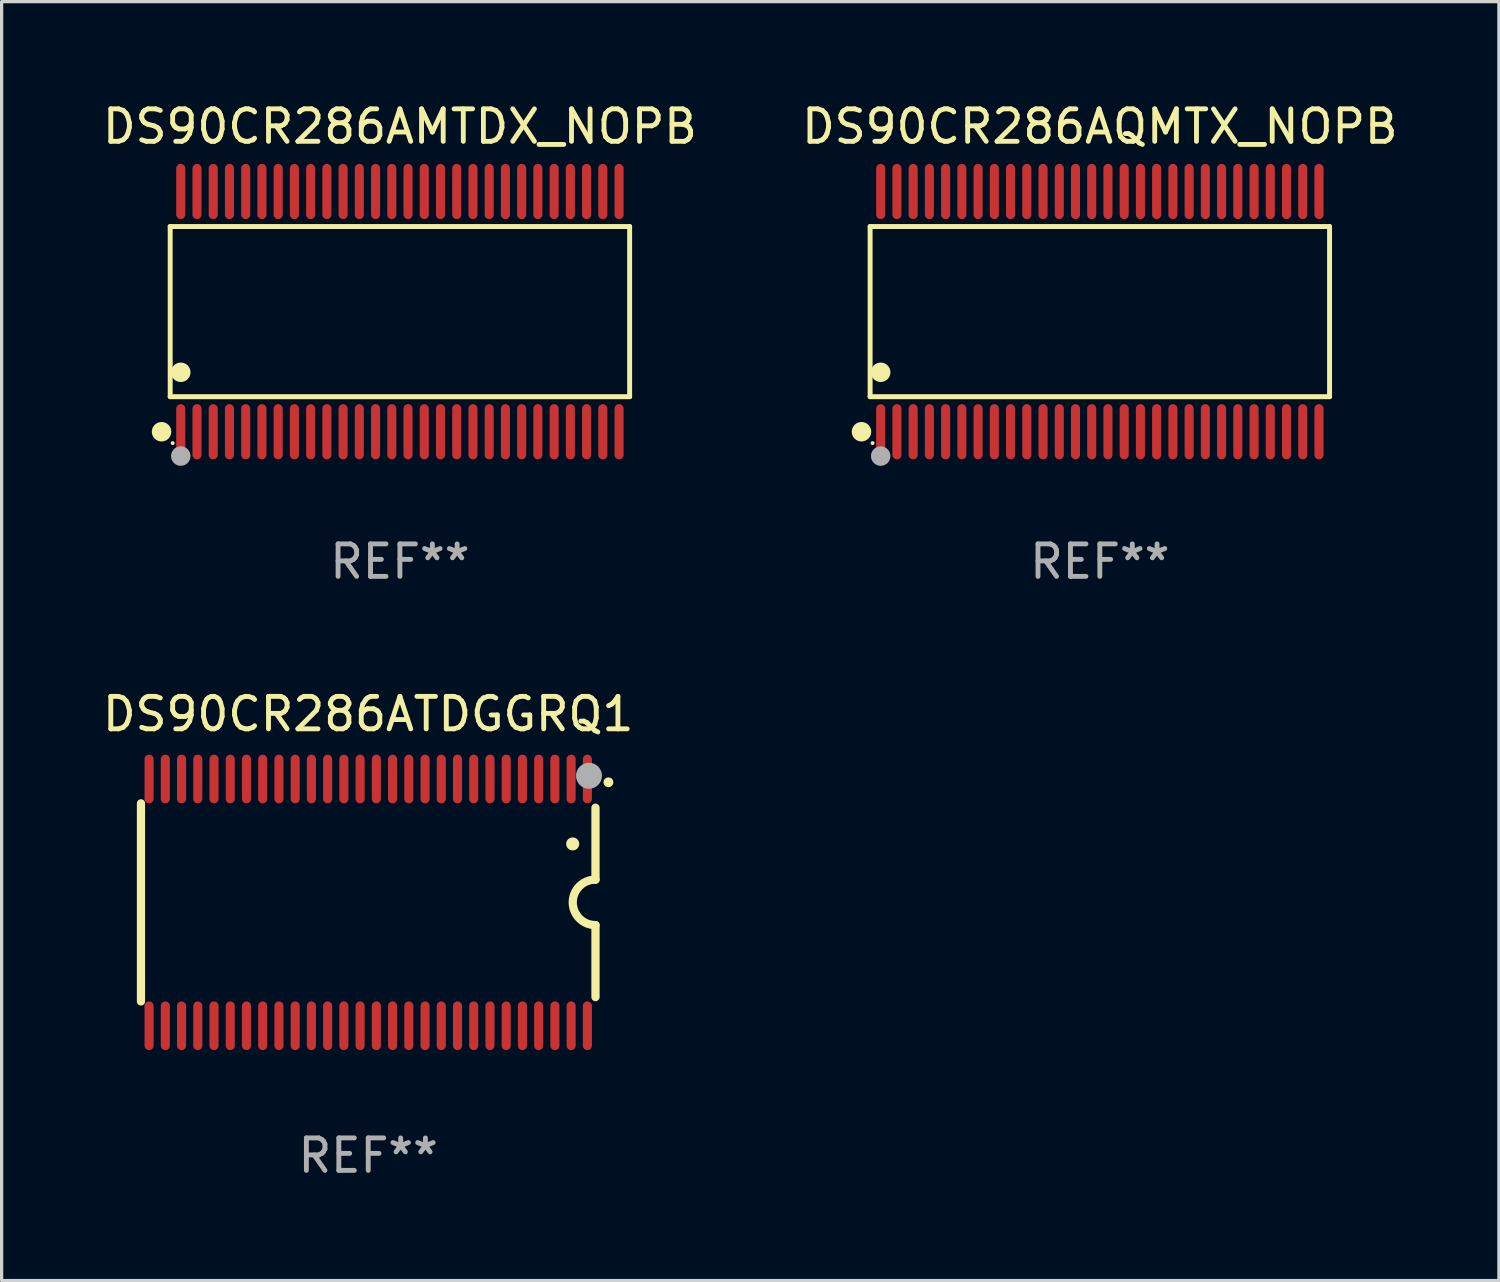
<source format=kicad_pcb>
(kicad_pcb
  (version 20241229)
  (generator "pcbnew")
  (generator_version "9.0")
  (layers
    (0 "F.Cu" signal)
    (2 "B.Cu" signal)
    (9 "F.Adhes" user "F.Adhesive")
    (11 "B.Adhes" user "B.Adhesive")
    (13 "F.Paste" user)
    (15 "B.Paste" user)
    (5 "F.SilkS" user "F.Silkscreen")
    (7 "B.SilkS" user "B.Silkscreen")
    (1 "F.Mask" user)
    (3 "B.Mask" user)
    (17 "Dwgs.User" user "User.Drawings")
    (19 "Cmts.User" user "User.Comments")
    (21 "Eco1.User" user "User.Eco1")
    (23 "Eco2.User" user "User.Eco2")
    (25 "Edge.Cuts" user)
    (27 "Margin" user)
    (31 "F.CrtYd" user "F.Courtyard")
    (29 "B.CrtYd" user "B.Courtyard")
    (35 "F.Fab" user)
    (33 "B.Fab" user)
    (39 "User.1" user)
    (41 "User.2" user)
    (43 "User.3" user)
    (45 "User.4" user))
  (footprint "DS90CR286ATDGGRQ1"
    (layer "F.Cu")
    (at 8.292 24.745)
    (property "Reference" "DS90CR286ATDGGRQ1" (at 0 -5.8 0) (layer "F.SilkS") (effects (font (size 1 1) (thickness 0.15))))
    (attr through_hole)
    (fp_line (start -7 3.05) (end -7 -3.05) (stroke (width 0.254) (type solid)) (layer "F.SilkS"))
    (fp_line (start 7 -2.917) (end 7 -0.7) (stroke (width 0.254) (type solid)) (layer "F.SilkS"))
    (fp_line (start 7 2.917) (end 7 0.7) (stroke (width 0.254) (type solid)) (layer "F.SilkS"))
    (fp_arc (start 6.296673 -1.800889) (mid 6.297943 -1.800893) (end 6.299213 -1.800889) (stroke (width 0.4) (type solid)) (layer "F.SilkS"))
    (fp_arc (start 7.000025 0.699975) (mid 6.299746 -0.000661) (end 7.000255 -0.701067) (stroke (width 0.254001) (type solid)) (layer "F.SilkS"))
    (fp_arc (start 7.397485 -3.700025) (mid 7.398755 -3.70003) (end 7.400025 -3.700025) (stroke (width 0.3) (type solid)) (layer "F.SilkS"))
    (fp_circle (center 7 -4.05) (end 7.03 -4.05) (stroke (width 0.06) (type solid)) (fill no) (layer "F.SilkS"))
    (fp_circle (center 6.8 -3.9) (end 7 -3.9) (stroke (width 0.4) (type solid)) (fill no) (layer "F.Fab"))
    (fp_text user "REF**" (at 0 7.8 0) (layer "F.Fab") (effects (font (size 1 1) (thickness 0.15))))
    (pad "1" smd oval (at 6.75 -3.8 180) (size 0.28 1.5) (layers "F.Cu" "F.Mask" "F.Paste"))
    (pad "2" smd oval (at 6.25 -3.8 180) (size 0.28 1.5) (layers "F.Cu" "F.Mask" "F.Paste"))
    (pad "3" smd oval (at 5.75 -3.8 180) (size 0.28 1.5) (layers "F.Cu" "F.Mask" "F.Paste"))
    (pad "4" smd oval (at 5.25 -3.8 180) (size 0.28 1.5) (layers "F.Cu" "F.Mask" "F.Paste"))
    (pad "5" smd oval (at 4.75 -3.8 180) (size 0.28 1.5) (layers "F.Cu" "F.Mask" "F.Paste"))
    (pad "6" smd oval (at 4.25 -3.8 180) (size 0.28 1.5) (layers "F.Cu" "F.Mask" "F.Paste"))
    (pad "7" smd oval (at 3.75 -3.8 180) (size 0.28 1.5) (layers "F.Cu" "F.Mask" "F.Paste"))
    (pad "8" smd oval (at 3.25 -3.8 180) (size 0.28 1.5) (layers "F.Cu" "F.Mask" "F.Paste"))
    (pad "9" smd oval (at 2.75 -3.8 180) (size 0.28 1.5) (layers "F.Cu" "F.Mask" "F.Paste"))
    (pad "10" smd oval (at 2.25 -3.8 180) (size 0.28 1.5) (layers "F.Cu" "F.Mask" "F.Paste"))
    (pad "11" smd oval (at 1.75 -3.8 180) (size 0.28 1.5) (layers "F.Cu" "F.Mask" "F.Paste"))
    (pad "12" smd oval (at 1.25 -3.8 180) (size 0.28 1.5) (layers "F.Cu" "F.Mask" "F.Paste"))
    (pad "13" smd oval (at 0.75 -3.8 180) (size 0.28 1.5) (layers "F.Cu" "F.Mask" "F.Paste"))
    (pad "14" smd oval (at 0.25 -3.8 180) (size 0.28 1.5) (layers "F.Cu" "F.Mask" "F.Paste"))
    (pad "15" smd oval (at -0.25 -3.8 180) (size 0.28 1.5) (layers "F.Cu" "F.Mask" "F.Paste"))
    (pad "16" smd oval (at -0.75 -3.8 180) (size 0.28 1.5) (layers "F.Cu" "F.Mask" "F.Paste"))
    (pad "17" smd oval (at -1.25 -3.8 180) (size 0.28 1.5) (layers "F.Cu" "F.Mask" "F.Paste"))
    (pad "18" smd oval (at -1.75 -3.8 180) (size 0.28 1.5) (layers "F.Cu" "F.Mask" "F.Paste"))
    (pad "19" smd oval (at -2.25 -3.8 180) (size 0.28 1.5) (layers "F.Cu" "F.Mask" "F.Paste"))
    (pad "20" smd oval (at -2.75 -3.8 180) (size 0.28 1.5) (layers "F.Cu" "F.Mask" "F.Paste"))
    (pad "21" smd oval (at -3.25 -3.8 180) (size 0.28 1.5) (layers "F.Cu" "F.Mask" "F.Paste"))
    (pad "22" smd oval (at -3.75 -3.8 180) (size 0.28 1.5) (layers "F.Cu" "F.Mask" "F.Paste"))
    (pad "23" smd oval (at -4.25 -3.8 180) (size 0.28 1.5) (layers "F.Cu" "F.Mask" "F.Paste"))
    (pad "24" smd oval (at -4.75 -3.8 180) (size 0.28 1.5) (layers "F.Cu" "F.Mask" "F.Paste"))
    (pad "25" smd oval (at -5.25 -3.8 180) (size 0.28 1.5) (layers "F.Cu" "F.Mask" "F.Paste"))
    (pad "26" smd oval (at -5.75 -3.8 180) (size 0.28 1.5) (layers "F.Cu" "F.Mask" "F.Paste"))
    (pad "27" smd oval (at -6.25 -3.8 180) (size 0.28 1.5) (layers "F.Cu" "F.Mask" "F.Paste"))
    (pad "28" smd oval (at -6.75 -3.8 180) (size 0.28 1.5) (layers "F.Cu" "F.Mask" "F.Paste"))
    (pad "29" smd oval (at -6.75 3.8 180) (size 0.28 1.5) (layers "F.Cu" "F.Mask" "F.Paste"))
    (pad "30" smd oval (at -6.25 3.8 180) (size 0.28 1.5) (layers "F.Cu" "F.Mask" "F.Paste"))
    (pad "31" smd oval (at -5.75 3.8 180) (size 0.28 1.5) (layers "F.Cu" "F.Mask" "F.Paste"))
    (pad "32" smd oval (at -5.25 3.8 180) (size 0.28 1.5) (layers "F.Cu" "F.Mask" "F.Paste"))
    (pad "33" smd oval (at -4.75 3.8 180) (size 0.28 1.5) (layers "F.Cu" "F.Mask" "F.Paste"))
    (pad "34" smd oval (at -4.25 3.8 180) (size 0.28 1.5) (layers "F.Cu" "F.Mask" "F.Paste"))
    (pad "35" smd oval (at -3.75 3.8 180) (size 0.28 1.5) (layers "F.Cu" "F.Mask" "F.Paste"))
    (pad "36" smd oval (at -3.25 3.8 180) (size 0.28 1.5) (layers "F.Cu" "F.Mask" "F.Paste"))
    (pad "37" smd oval (at -2.75 3.8 180) (size 0.28 1.5) (layers "F.Cu" "F.Mask" "F.Paste"))
    (pad "38" smd oval (at -2.25 3.8 180) (size 0.28 1.5) (layers "F.Cu" "F.Mask" "F.Paste"))
    (pad "39" smd oval (at -1.75 3.8 180) (size 0.28 1.5) (layers "F.Cu" "F.Mask" "F.Paste"))
    (pad "40" smd oval (at -1.25 3.8 180) (size 0.28 1.5) (layers "F.Cu" "F.Mask" "F.Paste"))
    (pad "41" smd oval (at -0.75 3.8 180) (size 0.28 1.5) (layers "F.Cu" "F.Mask" "F.Paste"))
    (pad "42" smd oval (at -0.25 3.8 180) (size 0.28 1.5) (layers "F.Cu" "F.Mask" "F.Paste"))
    (pad "43" smd oval (at 0.25 3.8 180) (size 0.28 1.5) (layers "F.Cu" "F.Mask" "F.Paste"))
    (pad "44" smd oval (at 0.75 3.8 180) (size 0.28 1.5) (layers "F.Cu" "F.Mask" "F.Paste"))
    (pad "45" smd oval (at 1.25 3.8 180) (size 0.28 1.5) (layers "F.Cu" "F.Mask" "F.Paste"))
    (pad "46" smd oval (at 1.75 3.8 180) (size 0.28 1.5) (layers "F.Cu" "F.Mask" "F.Paste"))
    (pad "47" smd oval (at 2.25 3.8 180) (size 0.28 1.5) (layers "F.Cu" "F.Mask" "F.Paste"))
    (pad "48" smd oval (at 2.75 3.8 180) (size 0.28 1.5) (layers "F.Cu" "F.Mask" "F.Paste"))
    (pad "49" smd oval (at 3.25 3.8 180) (size 0.28 1.5) (layers "F.Cu" "F.Mask" "F.Paste"))
    (pad "50" smd oval (at 3.75 3.8 180) (size 0.28 1.5) (layers "F.Cu" "F.Mask" "F.Paste"))
    (pad "51" smd oval (at 4.25 3.8 180) (size 0.28 1.5) (layers "F.Cu" "F.Mask" "F.Paste"))
    (pad "52" smd oval (at 4.75 3.8 180) (size 0.28 1.5) (layers "F.Cu" "F.Mask" "F.Paste"))
    (pad "53" smd oval (at 5.25 3.8 180) (size 0.28 1.5) (layers "F.Cu" "F.Mask" "F.Paste"))
    (pad "54" smd oval (at 5.75 3.8 180) (size 0.28 1.5) (layers "F.Cu" "F.Mask" "F.Paste"))
    (pad "55" smd oval (at 6.25 3.8 180) (size 0.28 1.5) (layers "F.Cu" "F.Mask" "F.Paste"))
    (pad "56" smd oval (at 6.75 3.8 180) (size 0.28 1.5) (layers "F.Cu" "F.Mask" "F.Paste")))
  (footprint "DS90CR286AMTDX_NOPB"
    (layer "F.Cu")
    (at 9.268 6.548)
    (property "Reference" "DS90CR286AMTDX_NOPB" (at 0 -5.7 0) (layer "F.SilkS") (effects (font (size 1 1) (thickness 0.15))))
    (attr through_hole)
    (fp_line (start -7.076 -2.621) (end 7.076 -2.621) (stroke (width 0.152) (type solid)) (layer "F.SilkS"))
    (fp_line (start -7.076 2.621) (end -7.076 -2.621) (stroke (width 0.152) (type solid)) (layer "F.SilkS"))
    (fp_line (start 7.076 -2.621) (end 7.076 2.621) (stroke (width 0.152) (type solid)) (layer "F.SilkS"))
    (fp_line (start 7.076 2.621) (end -7.076 2.621) (stroke (width 0.152) (type solid)) (layer "F.SilkS"))
    (fp_circle (center -7.342 3.7) (end -7.192 3.7) (stroke (width 0.3) (type solid)) (fill no) (layer "F.SilkS"))
    (fp_circle (center -7 4.05) (end -6.97 4.05) (stroke (width 0.06) (type solid)) (fill no) (layer "F.SilkS"))
    (fp_circle (center -6.75 1.869) (end -6.6 1.869) (stroke (width 0.3) (type solid)) (fill no) (layer "F.SilkS"))
    (fp_circle (center -6.75 4.45) (end -6.6 4.45) (stroke (width 0.3) (type solid)) (fill no) (layer "F.Fab"))
    (fp_text user "REF**" (at 0 7.7 0) (layer "F.Fab") (effects (font (size 1 1) (thickness 0.15))))
    (pad "1" smd oval (at -6.75 3.7) (size 0.28 1.7) (layers "F.Cu" "F.Mask" "F.Paste"))
    (pad "2" smd oval (at -6.25 3.7) (size 0.28 1.7) (layers "F.Cu" "F.Mask" "F.Paste"))
    (pad "3" smd oval (at -5.75 3.7) (size 0.28 1.7) (layers "F.Cu" "F.Mask" "F.Paste"))
    (pad "4" smd oval (at -5.25 3.7) (size 0.28 1.7) (layers "F.Cu" "F.Mask" "F.Paste"))
    (pad "5" smd oval (at -4.75 3.7) (size 0.28 1.7) (layers "F.Cu" "F.Mask" "F.Paste"))
    (pad "6" smd oval (at -4.25 3.7) (size 0.28 1.7) (layers "F.Cu" "F.Mask" "F.Paste"))
    (pad "7" smd oval (at -3.75 3.7) (size 0.28 1.7) (layers "F.Cu" "F.Mask" "F.Paste"))
    (pad "8" smd oval (at -3.25 3.7) (size 0.28 1.7) (layers "F.Cu" "F.Mask" "F.Paste"))
    (pad "9" smd oval (at -2.75 3.7) (size 0.28 1.7) (layers "F.Cu" "F.Mask" "F.Paste"))
    (pad "10" smd oval (at -2.25 3.7) (size 0.28 1.7) (layers "F.Cu" "F.Mask" "F.Paste"))
    (pad "11" smd oval (at -1.75 3.7) (size 0.28 1.7) (layers "F.Cu" "F.Mask" "F.Paste"))
    (pad "12" smd oval (at -1.25 3.7) (size 0.28 1.7) (layers "F.Cu" "F.Mask" "F.Paste"))
    (pad "13" smd oval (at -0.75 3.7) (size 0.28 1.7) (layers "F.Cu" "F.Mask" "F.Paste"))
    (pad "14" smd oval (at -0.25 3.7) (size 0.28 1.7) (layers "F.Cu" "F.Mask" "F.Paste"))
    (pad "15" smd oval (at 0.25 3.7) (size 0.28 1.7) (layers "F.Cu" "F.Mask" "F.Paste"))
    (pad "16" smd oval (at 0.75 3.7) (size 0.28 1.7) (layers "F.Cu" "F.Mask" "F.Paste"))
    (pad "17" smd oval (at 1.25 3.7) (size 0.28 1.7) (layers "F.Cu" "F.Mask" "F.Paste"))
    (pad "18" smd oval (at 1.75 3.7) (size 0.28 1.7) (layers "F.Cu" "F.Mask" "F.Paste"))
    (pad "19" smd oval (at 2.25 3.7) (size 0.28 1.7) (layers "F.Cu" "F.Mask" "F.Paste"))
    (pad "20" smd oval (at 2.75 3.7) (size 0.28 1.7) (layers "F.Cu" "F.Mask" "F.Paste"))
    (pad "21" smd oval (at 3.25 3.7) (size 0.28 1.7) (layers "F.Cu" "F.Mask" "F.Paste"))
    (pad "22" smd oval (at 3.75 3.7) (size 0.28 1.7) (layers "F.Cu" "F.Mask" "F.Paste"))
    (pad "23" smd oval (at 4.25 3.7) (size 0.28 1.7) (layers "F.Cu" "F.Mask" "F.Paste"))
    (pad "24" smd oval (at 4.75 3.7) (size 0.28 1.7) (layers "F.Cu" "F.Mask" "F.Paste"))
    (pad "25" smd oval (at 5.25 3.7) (size 0.28 1.7) (layers "F.Cu" "F.Mask" "F.Paste"))
    (pad "26" smd oval (at 5.75 3.7) (size 0.28 1.7) (layers "F.Cu" "F.Mask" "F.Paste"))
    (pad "27" smd oval (at 6.25 3.7) (size 0.28 1.7) (layers "F.Cu" "F.Mask" "F.Paste"))
    (pad "28" smd oval (at 6.75 3.7) (size 0.28 1.7) (layers "F.Cu" "F.Mask" "F.Paste"))
    (pad "29" smd oval (at 6.75 -3.7) (size 0.28 1.7) (layers "F.Cu" "F.Mask" "F.Paste"))
    (pad "30" smd oval (at 6.25 -3.7) (size 0.28 1.7) (layers "F.Cu" "F.Mask" "F.Paste"))
    (pad "31" smd oval (at 5.75 -3.7) (size 0.28 1.7) (layers "F.Cu" "F.Mask" "F.Paste"))
    (pad "32" smd oval (at 5.25 -3.7) (size 0.28 1.7) (layers "F.Cu" "F.Mask" "F.Paste"))
    (pad "33" smd oval (at 4.75 -3.7) (size 0.28 1.7) (layers "F.Cu" "F.Mask" "F.Paste"))
    (pad "34" smd oval (at 4.25 -3.7) (size 0.28 1.7) (layers "F.Cu" "F.Mask" "F.Paste"))
    (pad "35" smd oval (at 3.75 -3.7) (size 0.28 1.7) (layers "F.Cu" "F.Mask" "F.Paste"))
    (pad "36" smd oval (at 3.25 -3.7) (size 0.28 1.7) (layers "F.Cu" "F.Mask" "F.Paste"))
    (pad "37" smd oval (at 2.75 -3.7) (size 0.28 1.7) (layers "F.Cu" "F.Mask" "F.Paste"))
    (pad "38" smd oval (at 2.25 -3.7) (size 0.28 1.7) (layers "F.Cu" "F.Mask" "F.Paste"))
    (pad "39" smd oval (at 1.75 -3.7) (size 0.28 1.7) (layers "F.Cu" "F.Mask" "F.Paste"))
    (pad "40" smd oval (at 1.25 -3.7) (size 0.28 1.7) (layers "F.Cu" "F.Mask" "F.Paste"))
    (pad "41" smd oval (at 0.75 -3.7) (size 0.28 1.7) (layers "F.Cu" "F.Mask" "F.Paste"))
    (pad "42" smd oval (at 0.25 -3.7) (size 0.28 1.7) (layers "F.Cu" "F.Mask" "F.Paste"))
    (pad "43" smd oval (at -0.25 -3.7) (size 0.28 1.7) (layers "F.Cu" "F.Mask" "F.Paste"))
    (pad "44" smd oval (at -0.75 -3.7) (size 0.28 1.7) (layers "F.Cu" "F.Mask" "F.Paste"))
    (pad "45" smd oval (at -1.25 -3.7) (size 0.28 1.7) (layers "F.Cu" "F.Mask" "F.Paste"))
    (pad "46" smd oval (at -1.75 -3.7) (size 0.28 1.7) (layers "F.Cu" "F.Mask" "F.Paste"))
    (pad "47" smd oval (at -2.25 -3.7) (size 0.28 1.7) (layers "F.Cu" "F.Mask" "F.Paste"))
    (pad "48" smd oval (at -2.75 -3.7) (size 0.28 1.7) (layers "F.Cu" "F.Mask" "F.Paste"))
    (pad "49" smd oval (at -3.25 -3.7) (size 0.28 1.7) (layers "F.Cu" "F.Mask" "F.Paste"))
    (pad "50" smd oval (at -3.75 -3.7) (size 0.28 1.7) (layers "F.Cu" "F.Mask" "F.Paste"))
    (pad "51" smd oval (at -4.25 -3.7) (size 0.28 1.7) (layers "F.Cu" "F.Mask" "F.Paste"))
    (pad "52" smd oval (at -4.75 -3.7) (size 0.28 1.7) (layers "F.Cu" "F.Mask" "F.Paste"))
    (pad "53" smd oval (at -5.25 -3.7) (size 0.28 1.7) (layers "F.Cu" "F.Mask" "F.Paste"))
    (pad "54" smd oval (at -5.75 -3.7) (size 0.28 1.7) (layers "F.Cu" "F.Mask" "F.Paste"))
    (pad "55" smd oval (at -6.25 -3.7) (size 0.28 1.7) (layers "F.Cu" "F.Mask" "F.Paste"))
    (pad "56" smd oval (at -6.75 -3.7) (size 0.28 1.7) (layers "F.Cu" "F.Mask" "F.Paste")))
  (footprint "DS90CR286AQMTX_NOPB"
    (layer "F.Cu")
    (at 30.827 6.548)
    (property "Reference" "DS90CR286AQMTX_NOPB" (at 0 -5.7 0) (layer "F.SilkS") (effects (font (size 1 1) (thickness 0.15))))
    (attr through_hole)
    (fp_line (start -7.076 -2.621) (end 7.076 -2.621) (stroke (width 0.152) (type solid)) (layer "F.SilkS"))
    (fp_line (start -7.076 2.621) (end -7.076 -2.621) (stroke (width 0.152) (type solid)) (layer "F.SilkS"))
    (fp_line (start 7.076 -2.621) (end 7.076 2.621) (stroke (width 0.152) (type solid)) (layer "F.SilkS"))
    (fp_line (start 7.076 2.621) (end -7.076 2.621) (stroke (width 0.152) (type solid)) (layer "F.SilkS"))
    (fp_circle (center -7.342 3.7) (end -7.192 3.7) (stroke (width 0.3) (type solid)) (fill no) (layer "F.SilkS"))
    (fp_circle (center -7 4.05) (end -6.97 4.05) (stroke (width 0.06) (type solid)) (fill no) (layer "F.SilkS"))
    (fp_circle (center -6.75 1.869) (end -6.6 1.869) (stroke (width 0.3) (type solid)) (fill no) (layer "F.SilkS"))
    (fp_circle (center -6.75 4.45) (end -6.6 4.45) (stroke (width 0.3) (type solid)) (fill no) (layer "F.Fab"))
    (fp_text user "REF**" (at 0 7.7 0) (layer "F.Fab") (effects (font (size 1 1) (thickness 0.15))))
    (pad "1" smd oval (at -6.75 3.7) (size 0.28 1.7) (layers "F.Cu" "F.Mask" "F.Paste"))
    (pad "2" smd oval (at -6.25 3.7) (size 0.28 1.7) (layers "F.Cu" "F.Mask" "F.Paste"))
    (pad "3" smd oval (at -5.75 3.7) (size 0.28 1.7) (layers "F.Cu" "F.Mask" "F.Paste"))
    (pad "4" smd oval (at -5.25 3.7) (size 0.28 1.7) (layers "F.Cu" "F.Mask" "F.Paste"))
    (pad "5" smd oval (at -4.75 3.7) (size 0.28 1.7) (layers "F.Cu" "F.Mask" "F.Paste"))
    (pad "6" smd oval (at -4.25 3.7) (size 0.28 1.7) (layers "F.Cu" "F.Mask" "F.Paste"))
    (pad "7" smd oval (at -3.75 3.7) (size 0.28 1.7) (layers "F.Cu" "F.Mask" "F.Paste"))
    (pad "8" smd oval (at -3.25 3.7) (size 0.28 1.7) (layers "F.Cu" "F.Mask" "F.Paste"))
    (pad "9" smd oval (at -2.75 3.7) (size 0.28 1.7) (layers "F.Cu" "F.Mask" "F.Paste"))
    (pad "10" smd oval (at -2.25 3.7) (size 0.28 1.7) (layers "F.Cu" "F.Mask" "F.Paste"))
    (pad "11" smd oval (at -1.75 3.7) (size 0.28 1.7) (layers "F.Cu" "F.Mask" "F.Paste"))
    (pad "12" smd oval (at -1.25 3.7) (size 0.28 1.7) (layers "F.Cu" "F.Mask" "F.Paste"))
    (pad "13" smd oval (at -0.75 3.7) (size 0.28 1.7) (layers "F.Cu" "F.Mask" "F.Paste"))
    (pad "14" smd oval (at -0.25 3.7) (size 0.28 1.7) (layers "F.Cu" "F.Mask" "F.Paste"))
    (pad "15" smd oval (at 0.25 3.7) (size 0.28 1.7) (layers "F.Cu" "F.Mask" "F.Paste"))
    (pad "16" smd oval (at 0.75 3.7) (size 0.28 1.7) (layers "F.Cu" "F.Mask" "F.Paste"))
    (pad "17" smd oval (at 1.25 3.7) (size 0.28 1.7) (layers "F.Cu" "F.Mask" "F.Paste"))
    (pad "18" smd oval (at 1.75 3.7) (size 0.28 1.7) (layers "F.Cu" "F.Mask" "F.Paste"))
    (pad "19" smd oval (at 2.25 3.7) (size 0.28 1.7) (layers "F.Cu" "F.Mask" "F.Paste"))
    (pad "20" smd oval (at 2.75 3.7) (size 0.28 1.7) (layers "F.Cu" "F.Mask" "F.Paste"))
    (pad "21" smd oval (at 3.25 3.7) (size 0.28 1.7) (layers "F.Cu" "F.Mask" "F.Paste"))
    (pad "22" smd oval (at 3.75 3.7) (size 0.28 1.7) (layers "F.Cu" "F.Mask" "F.Paste"))
    (pad "23" smd oval (at 4.25 3.7) (size 0.28 1.7) (layers "F.Cu" "F.Mask" "F.Paste"))
    (pad "24" smd oval (at 4.75 3.7) (size 0.28 1.7) (layers "F.Cu" "F.Mask" "F.Paste"))
    (pad "25" smd oval (at 5.25 3.7) (size 0.28 1.7) (layers "F.Cu" "F.Mask" "F.Paste"))
    (pad "26" smd oval (at 5.75 3.7) (size 0.28 1.7) (layers "F.Cu" "F.Mask" "F.Paste"))
    (pad "27" smd oval (at 6.25 3.7) (size 0.28 1.7) (layers "F.Cu" "F.Mask" "F.Paste"))
    (pad "28" smd oval (at 6.75 3.7) (size 0.28 1.7) (layers "F.Cu" "F.Mask" "F.Paste"))
    (pad "29" smd oval (at 6.75 -3.7) (size 0.28 1.7) (layers "F.Cu" "F.Mask" "F.Paste"))
    (pad "30" smd oval (at 6.25 -3.7) (size 0.28 1.7) (layers "F.Cu" "F.Mask" "F.Paste"))
    (pad "31" smd oval (at 5.75 -3.7) (size 0.28 1.7) (layers "F.Cu" "F.Mask" "F.Paste"))
    (pad "32" smd oval (at 5.25 -3.7) (size 0.28 1.7) (layers "F.Cu" "F.Mask" "F.Paste"))
    (pad "33" smd oval (at 4.75 -3.7) (size 0.28 1.7) (layers "F.Cu" "F.Mask" "F.Paste"))
    (pad "34" smd oval (at 4.25 -3.7) (size 0.28 1.7) (layers "F.Cu" "F.Mask" "F.Paste"))
    (pad "35" smd oval (at 3.75 -3.7) (size 0.28 1.7) (layers "F.Cu" "F.Mask" "F.Paste"))
    (pad "36" smd oval (at 3.25 -3.7) (size 0.28 1.7) (layers "F.Cu" "F.Mask" "F.Paste"))
    (pad "37" smd oval (at 2.75 -3.7) (size 0.28 1.7) (layers "F.Cu" "F.Mask" "F.Paste"))
    (pad "38" smd oval (at 2.25 -3.7) (size 0.28 1.7) (layers "F.Cu" "F.Mask" "F.Paste"))
    (pad "39" smd oval (at 1.75 -3.7) (size 0.28 1.7) (layers "F.Cu" "F.Mask" "F.Paste"))
    (pad "40" smd oval (at 1.25 -3.7) (size 0.28 1.7) (layers "F.Cu" "F.Mask" "F.Paste"))
    (pad "41" smd oval (at 0.75 -3.7) (size 0.28 1.7) (layers "F.Cu" "F.Mask" "F.Paste"))
    (pad "42" smd oval (at 0.25 -3.7) (size 0.28 1.7) (layers "F.Cu" "F.Mask" "F.Paste"))
    (pad "43" smd oval (at -0.25 -3.7) (size 0.28 1.7) (layers "F.Cu" "F.Mask" "F.Paste"))
    (pad "44" smd oval (at -0.75 -3.7) (size 0.28 1.7) (layers "F.Cu" "F.Mask" "F.Paste"))
    (pad "45" smd oval (at -1.25 -3.7) (size 0.28 1.7) (layers "F.Cu" "F.Mask" "F.Paste"))
    (pad "46" smd oval (at -1.75 -3.7) (size 0.28 1.7) (layers "F.Cu" "F.Mask" "F.Paste"))
    (pad "47" smd oval (at -2.25 -3.7) (size 0.28 1.7) (layers "F.Cu" "F.Mask" "F.Paste"))
    (pad "48" smd oval (at -2.75 -3.7) (size 0.28 1.7) (layers "F.Cu" "F.Mask" "F.Paste"))
    (pad "49" smd oval (at -3.25 -3.7) (size 0.28 1.7) (layers "F.Cu" "F.Mask" "F.Paste"))
    (pad "50" smd oval (at -3.75 -3.7) (size 0.28 1.7) (layers "F.Cu" "F.Mask" "F.Paste"))
    (pad "51" smd oval (at -4.25 -3.7) (size 0.28 1.7) (layers "F.Cu" "F.Mask" "F.Paste"))
    (pad "52" smd oval (at -4.75 -3.7) (size 0.28 1.7) (layers "F.Cu" "F.Mask" "F.Paste"))
    (pad "53" smd oval (at -5.25 -3.7) (size 0.28 1.7) (layers "F.Cu" "F.Mask" "F.Paste"))
    (pad "54" smd oval (at -5.75 -3.7) (size 0.28 1.7) (layers "F.Cu" "F.Mask" "F.Paste"))
    (pad "55" smd oval (at -6.25 -3.7) (size 0.28 1.7) (layers "F.Cu" "F.Mask" "F.Paste"))
    (pad "56" smd oval (at -6.75 -3.7) (size 0.28 1.7) (layers "F.Cu" "F.Mask" "F.Paste")))
  (gr_rect
    (start -3 -3)
    (end 43.119 36.393)
    (stroke (width 0.1) (type default))
    (fill no)
    (layer "Edge.Cuts")))
</source>
